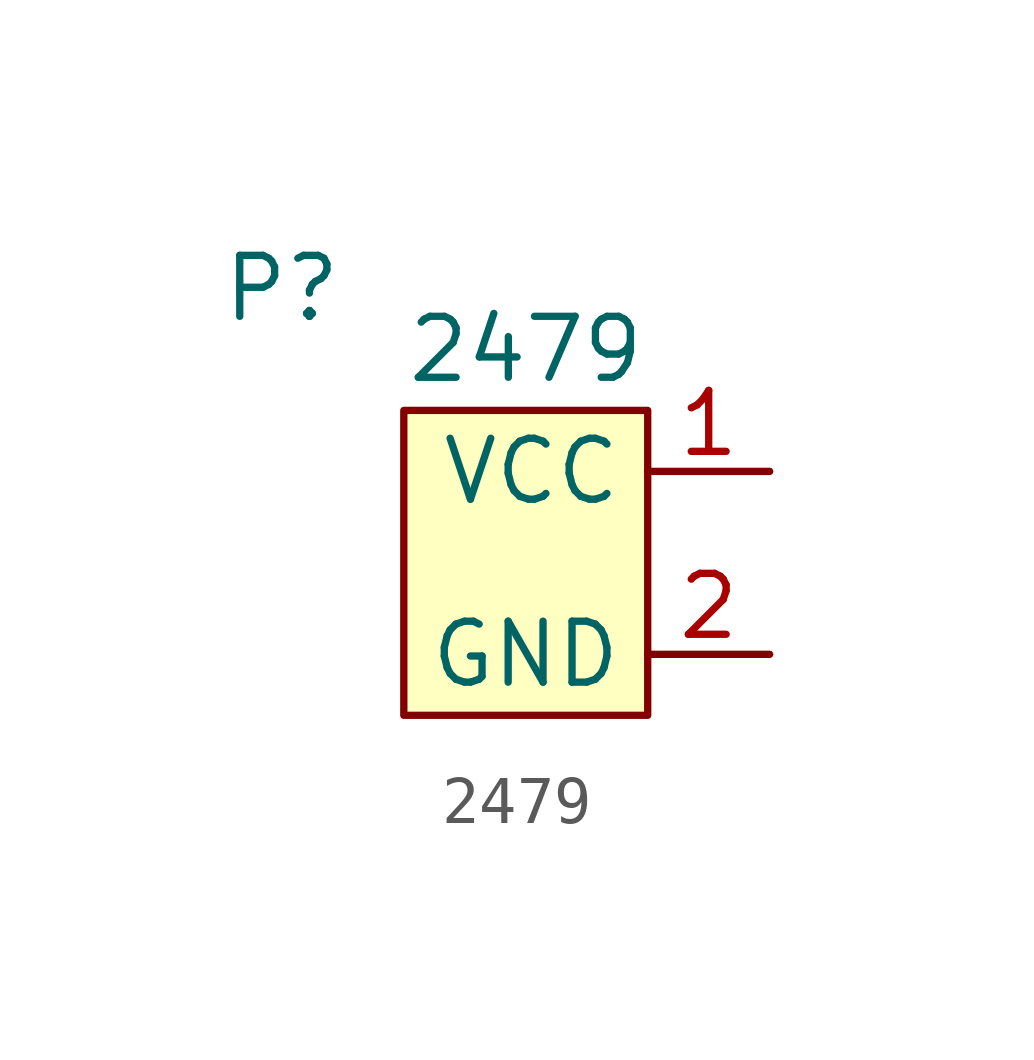
<source format=kicad_sym>
(kicad_symbol_lib
  (version 20211014)
  (generator kicad_symbol_editor)
  (symbol "2479"
    (property "Reference" "P"
      (at -1.27 0 0)
      (effects (font (size 1.27 1.27))))
    (property "Value" "2479"
      (at 3.81 -1.27 0)
      (effects (font (size 1.27 1.27))))
    (symbol "2479_0_1"
      (rectangle (start 1.27 -2.54) (end 6.35 -8.89) (stroke (width 0) (type default) (color 0 0 0 0)) (fill (type background))))
    (symbol "2479_1_1"
      (pin power_out line (at 8.89 -3.81 180) (length 2.54) (name "VCC" (effects (font (size 1.27 1.27)))) (number "1" (effects (font (size 1.27 1.27)))))
      (pin power_out line (at 8.89 -7.62 180) (length 2.54) (name "GND" (effects (font (size 1.27 1.27)))) (number "2" (effects (font (size 1.27 1.27))))))))
</source>
